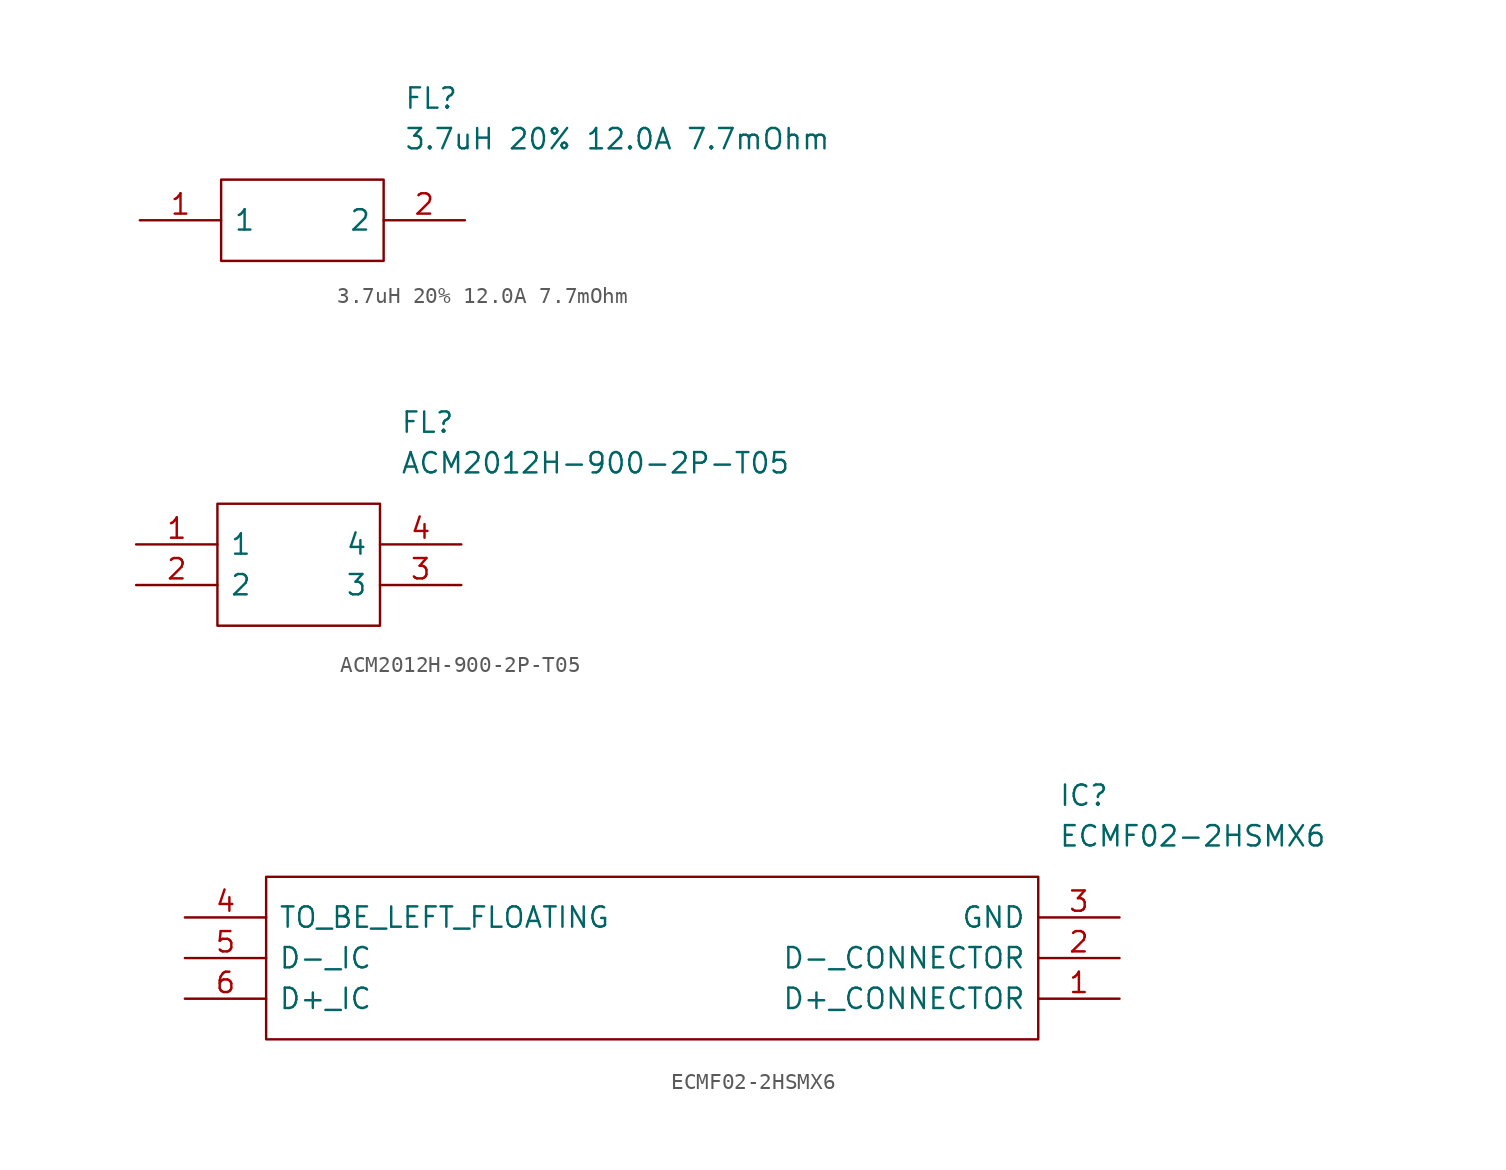
<source format=kicad_sym>
(kicad_symbol_lib
  (version 20211014)
  (generator kicad_symbol_editor)
  (symbol "3.7uH 20% 12.0A 7.7mOhm"
    (pin_names
      (offset 0.762))
    (property "Reference" "FL"
      (at 16.51 7.62 0)
      (effects (font (size 1.27 1.27)) (justify left)))
    (property "Value" "3.7uH 20% 12.0A 7.7mOhm"
      (at 16.51 5.08 0)
      (effects (font (size 1.27 1.27)) (justify left)))
    (symbol "3.7uH 20% 12.0A 7.7mOhm_0_0"
      (pin passive line (at 0 0 0) (length 5.08) (name "1" (effects (font (size 1.27 1.27)))) (number "1" (effects (font (size 1.27 1.27)))))
      (pin passive line (at 20.32 0 180) (length 5.08) (name "2" (effects (font (size 1.27 1.27)))) (number "2" (effects (font (size 1.27 1.27))))))
    (symbol "3.7uH 20% 12.0A 7.7mOhm_0_1"
      (polyline (pts (xy 5.08 2.54) (xy 15.24 2.54) (xy 15.24 -2.54) (xy 5.08 -2.54) (xy 5.08 2.54)) (stroke (width 0.152) (type default) (color 0 0 0 0)) (fill (type none)))))
  (symbol "ACM2012H-900-2P-T05"
    (pin_names
      (offset 0.762))
    (property "Reference" "FL"
      (at 16.51 7.62 0)
      (effects (font (size 1.27 1.27)) (justify left)))
    (property "Value" "ACM2012H-900-2P-T05"
      (at 16.51 5.08 0)
      (effects (font (size 1.27 1.27)) (justify left)))
    (symbol "ACM2012H-900-2P-T05_0_0"
      (pin passive line (at 0 0 0) (length 5.08) (name "1" (effects (font (size 1.27 1.27)))) (number "1" (effects (font (size 1.27 1.27)))))
      (pin passive line (at 0 -2.54 0) (length 5.08) (name "2" (effects (font (size 1.27 1.27)))) (number "2" (effects (font (size 1.27 1.27)))))
      (pin passive line (at 20.32 -2.54 180) (length 5.08) (name "3" (effects (font (size 1.27 1.27)))) (number "3" (effects (font (size 1.27 1.27)))))
      (pin passive line (at 20.32 0 180) (length 5.08) (name "4" (effects (font (size 1.27 1.27)))) (number "4" (effects (font (size 1.27 1.27))))))
    (symbol "ACM2012H-900-2P-T05_0_1"
      (polyline (pts (xy 5.08 2.54) (xy 15.24 2.54) (xy 15.24 -5.08) (xy 5.08 -5.08) (xy 5.08 2.54)) (stroke (width 0.152) (type default) (color 0 0 0 0)) (fill (type none)))))
  (symbol "ECMF02-2HSMX6"
    (pin_names
      (offset 0.762))
    (property "Reference" "IC"
      (at 54.61 7.62 0)
      (effects (font (size 1.27 1.27)) (justify left)))
    (property "Value" "ECMF02-2HSMX6"
      (at 54.61 5.08 0)
      (effects (font (size 1.27 1.27)) (justify left)))
    (symbol "ECMF02-2HSMX6_0_0"
      (pin passive line (at 58.42 -5.08 180) (length 5.08) (name "D+_CONNECTOR" (effects (font (size 1.27 1.27)))) (number "1" (effects (font (size 1.27 1.27)))))
      (pin passive line (at 58.42 -2.54 180) (length 5.08) (name "D-_CONNECTOR" (effects (font (size 1.27 1.27)))) (number "2" (effects (font (size 1.27 1.27)))))
      (pin passive line (at 58.42 0 180) (length 5.08) (name "GND" (effects (font (size 1.27 1.27)))) (number "3" (effects (font (size 1.27 1.27)))))
      (pin passive line (at 0 0 0) (length 5.08) (name "TO_BE_LEFT_FLOATING" (effects (font (size 1.27 1.27)))) (number "4" (effects (font (size 1.27 1.27)))))
      (pin passive line (at 0 -2.54 0) (length 5.08) (name "D-_IC" (effects (font (size 1.27 1.27)))) (number "5" (effects (font (size 1.27 1.27)))))
      (pin passive line (at 0 -5.08 0) (length 5.08) (name "D+_IC" (effects (font (size 1.27 1.27)))) (number "6" (effects (font (size 1.27 1.27))))))
    (symbol "ECMF02-2HSMX6_0_1"
      (polyline (pts (xy 5.08 2.54) (xy 53.34 2.54) (xy 53.34 -7.62) (xy 5.08 -7.62) (xy 5.08 2.54)) (stroke (width 0.152) (type default) (color 0 0 0 0)) (fill (type none))))))
</source>
